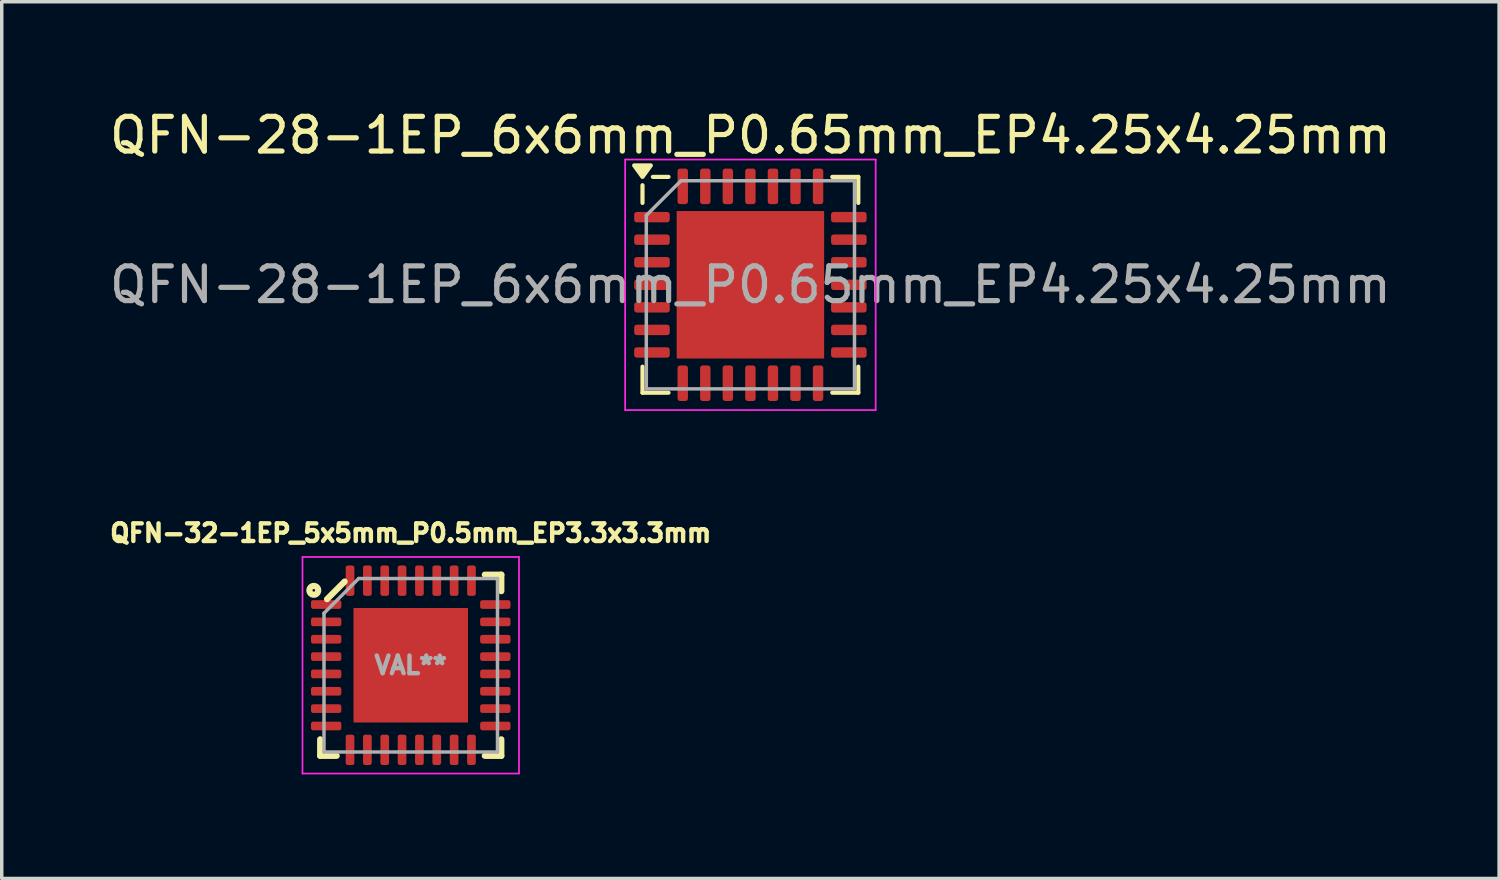
<source format=kicad_pcb>
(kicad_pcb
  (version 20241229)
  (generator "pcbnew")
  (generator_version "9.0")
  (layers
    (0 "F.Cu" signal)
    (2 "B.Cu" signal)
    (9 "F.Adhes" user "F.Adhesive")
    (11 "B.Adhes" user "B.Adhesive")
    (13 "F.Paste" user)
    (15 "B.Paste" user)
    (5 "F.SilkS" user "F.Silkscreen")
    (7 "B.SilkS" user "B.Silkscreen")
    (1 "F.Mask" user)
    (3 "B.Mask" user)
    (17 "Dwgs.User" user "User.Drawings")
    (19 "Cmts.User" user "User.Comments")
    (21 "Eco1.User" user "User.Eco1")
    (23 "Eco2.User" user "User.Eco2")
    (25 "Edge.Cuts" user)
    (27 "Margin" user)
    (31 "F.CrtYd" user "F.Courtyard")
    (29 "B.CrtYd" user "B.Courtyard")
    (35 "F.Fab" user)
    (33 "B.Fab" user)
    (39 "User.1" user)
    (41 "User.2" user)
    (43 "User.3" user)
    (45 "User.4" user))
  (footprint "QFN-28-1EP_6x6mm_P0.65mm_EP4.25x4.25mm"
    (layer "F.Cu")
    (at 18.577 5.158)
    (property "Reference" "QFN-28-1EP_6x6mm_P0.65mm_EP4.25x4.25mm" (at 0 -4.31 0) (layer "F.SilkS") (effects (font (size 1 1) (thickness 0.15))))
    (attr smd)
    (fp_line (start -3.11 -2.36) (end -3.11 -2.87) (stroke (width 0.12) (type solid)) (layer "F.SilkS"))
    (fp_line (start -3.11 3.11) (end -3.11 2.36) (stroke (width 0.12) (type solid)) (layer "F.SilkS"))
    (fp_line (start -2.36 -3.11) (end -2.81 -3.11) (stroke (width 0.12) (type solid)) (layer "F.SilkS"))
    (fp_line (start -2.36 3.11) (end -3.11 3.11) (stroke (width 0.12) (type solid)) (layer "F.SilkS"))
    (fp_line (start 2.36 -3.11) (end 3.11 -3.11) (stroke (width 0.12) (type solid)) (layer "F.SilkS"))
    (fp_line (start 2.36 3.11) (end 3.11 3.11) (stroke (width 0.12) (type solid)) (layer "F.SilkS"))
    (fp_line (start 3.11 -3.11) (end 3.11 -2.36) (stroke (width 0.12) (type solid)) (layer "F.SilkS"))
    (fp_line (start 3.11 3.11) (end 3.11 2.36) (stroke (width 0.12) (type solid)) (layer "F.SilkS"))
    (fp_poly (pts (xy -3.11 -3.11) (xy -3.35 -3.44) (xy -2.87 -3.44) (xy -3.11 -3.11)) (stroke (width 0.12) (type solid)) (fill yes) (layer "F.SilkS"))
    (fp_line (start -3.61 -3.61) (end -3.61 3.61) (stroke (width 0.05) (type solid)) (layer "F.CrtYd"))
    (fp_line (start -3.61 3.61) (end 3.61 3.61) (stroke (width 0.05) (type solid)) (layer "F.CrtYd"))
    (fp_line (start 3.61 -3.61) (end -3.61 -3.61) (stroke (width 0.05) (type solid)) (layer "F.CrtYd"))
    (fp_line (start 3.61 3.61) (end 3.61 -3.61) (stroke (width 0.05) (type solid)) (layer "F.CrtYd"))
    (fp_line (start -3 -2) (end -2 -3) (stroke (width 0.1) (type solid)) (layer "F.Fab"))
    (fp_line (start -3 3) (end -3 -2) (stroke (width 0.1) (type solid)) (layer "F.Fab"))
    (fp_line (start -2 -3) (end 3 -3) (stroke (width 0.1) (type solid)) (layer "F.Fab"))
    (fp_line (start 3 -3) (end 3 3) (stroke (width 0.1) (type solid)) (layer "F.Fab"))
    (fp_line (start 3 3) (end -3 3) (stroke (width 0.1) (type solid)) (layer "F.Fab"))
    (fp_text user "${REFERENCE}" (at 0 0 0) (layer "F.Fab") (effects (font (size 1 1) (thickness 0.15))))
    (pad "" smd roundrect (at -1.42 -1.42) (size 1.14 1.14) (layers "F.Paste") (roundrect_rratio 0.219))
    (pad "" smd roundrect (at -1.42 0) (size 1.14 1.14) (layers "F.Paste") (roundrect_rratio 0.219))
    (pad "" smd roundrect (at -1.42 1.42) (size 1.14 1.14) (layers "F.Paste") (roundrect_rratio 0.219))
    (pad "" smd roundrect (at 0 -1.42) (size 1.14 1.14) (layers "F.Paste") (roundrect_rratio 0.219))
    (pad "" smd roundrect (at 0 0) (size 1.14 1.14) (layers "F.Paste") (roundrect_rratio 0.219))
    (pad "" smd roundrect (at 0 1.42) (size 1.14 1.14) (layers "F.Paste") (roundrect_rratio 0.219))
    (pad "" smd roundrect (at 1.42 -1.42) (size 1.14 1.14) (layers "F.Paste") (roundrect_rratio 0.219))
    (pad "" smd roundrect (at 1.42 0) (size 1.14 1.14) (layers "F.Paste") (roundrect_rratio 0.219))
    (pad "" smd roundrect (at 1.42 1.42) (size 1.14 1.14) (layers "F.Paste") (roundrect_rratio 0.219))
    (pad "1" smd roundrect (at -2.837 -1.95) (size 1.025 0.3) (layers "F.Cu" "F.Mask" "F.Paste") (roundrect_rratio 0.25))
    (pad "2" smd roundrect (at -2.837 -1.3) (size 1.025 0.3) (layers "F.Cu" "F.Mask" "F.Paste") (roundrect_rratio 0.25))
    (pad "3" smd roundrect (at -2.837 -0.65) (size 1.025 0.3) (layers "F.Cu" "F.Mask" "F.Paste") (roundrect_rratio 0.25))
    (pad "4" smd roundrect (at -2.837 0) (size 1.025 0.3) (layers "F.Cu" "F.Mask" "F.Paste") (roundrect_rratio 0.25))
    (pad "5" smd roundrect (at -2.837 0.65) (size 1.025 0.3) (layers "F.Cu" "F.Mask" "F.Paste") (roundrect_rratio 0.25))
    (pad "6" smd roundrect (at -2.837 1.3) (size 1.025 0.3) (layers "F.Cu" "F.Mask" "F.Paste") (roundrect_rratio 0.25))
    (pad "7" smd roundrect (at -2.837 1.95) (size 1.025 0.3) (layers "F.Cu" "F.Mask" "F.Paste") (roundrect_rratio 0.25))
    (pad "8" smd roundrect (at -1.95 2.837) (size 0.3 1.025) (layers "F.Cu" "F.Mask" "F.Paste") (roundrect_rratio 0.25))
    (pad "9" smd roundrect (at -1.3 2.837) (size 0.3 1.025) (layers "F.Cu" "F.Mask" "F.Paste") (roundrect_rratio 0.25))
    (pad "10" smd roundrect (at -0.65 2.837) (size 0.3 1.025) (layers "F.Cu" "F.Mask" "F.Paste") (roundrect_rratio 0.25))
    (pad "11" smd roundrect (at 0 2.837) (size 0.3 1.025) (layers "F.Cu" "F.Mask" "F.Paste") (roundrect_rratio 0.25))
    (pad "12" smd roundrect (at 0.65 2.837) (size 0.3 1.025) (layers "F.Cu" "F.Mask" "F.Paste") (roundrect_rratio 0.25))
    (pad "13" smd roundrect (at 1.3 2.837) (size 0.3 1.025) (layers "F.Cu" "F.Mask" "F.Paste") (roundrect_rratio 0.25))
    (pad "14" smd roundrect (at 1.95 2.837) (size 0.3 1.025) (layers "F.Cu" "F.Mask" "F.Paste") (roundrect_rratio 0.25))
    (pad "15" smd roundrect (at 2.837 1.95) (size 1.025 0.3) (layers "F.Cu" "F.Mask" "F.Paste") (roundrect_rratio 0.25))
    (pad "16" smd roundrect (at 2.837 1.3) (size 1.025 0.3) (layers "F.Cu" "F.Mask" "F.Paste") (roundrect_rratio 0.25))
    (pad "17" smd roundrect (at 2.837 0.65) (size 1.025 0.3) (layers "F.Cu" "F.Mask" "F.Paste") (roundrect_rratio 0.25))
    (pad "18" smd roundrect (at 2.837 0) (size 1.025 0.3) (layers "F.Cu" "F.Mask" "F.Paste") (roundrect_rratio 0.25))
    (pad "19" smd roundrect (at 2.837 -0.65) (size 1.025 0.3) (layers "F.Cu" "F.Mask" "F.Paste") (roundrect_rratio 0.25))
    (pad "20" smd roundrect (at 2.837 -1.3) (size 1.025 0.3) (layers "F.Cu" "F.Mask" "F.Paste") (roundrect_rratio 0.25))
    (pad "21" smd roundrect (at 2.837 -1.95) (size 1.025 0.3) (layers "F.Cu" "F.Mask" "F.Paste") (roundrect_rratio 0.25))
    (pad "22" smd roundrect (at 1.95 -2.837) (size 0.3 1.025) (layers "F.Cu" "F.Mask" "F.Paste") (roundrect_rratio 0.25))
    (pad "23" smd roundrect (at 1.3 -2.837) (size 0.3 1.025) (layers "F.Cu" "F.Mask" "F.Paste") (roundrect_rratio 0.25))
    (pad "24" smd roundrect (at 0.65 -2.837) (size 0.3 1.025) (layers "F.Cu" "F.Mask" "F.Paste") (roundrect_rratio 0.25))
    (pad "25" smd roundrect (at 0 -2.837) (size 0.3 1.025) (layers "F.Cu" "F.Mask" "F.Paste") (roundrect_rratio 0.25))
    (pad "26" smd roundrect (at -0.65 -2.837) (size 0.3 1.025) (layers "F.Cu" "F.Mask" "F.Paste") (roundrect_rratio 0.25))
    (pad "27" smd roundrect (at -1.3 -2.837) (size 0.3 1.025) (layers "F.Cu" "F.Mask" "F.Paste") (roundrect_rratio 0.25))
    (pad "28" smd roundrect (at -1.95 -2.837) (size 0.3 1.025) (layers "F.Cu" "F.Mask" "F.Paste") (roundrect_rratio 0.25))
    (pad "29" smd rect (at 0 0) (size 4.25 4.25) (property pad_prop_heatsink) (layers "F.Cu" "F.Mask")))
  (footprint "QFN-32-1EP_5x5mm_P0.5mm_EP3.3x3.3mm"
    (layer "F.Cu")
    (at 8.788 16.123)
    (property "Reference" "QFN-32-1EP_5x5mm_P0.5mm_EP3.3x3.3mm" (at 0 -3.81 0) (layer "F.SilkS") (effects (font (size 0.508 0.508) (thickness 0.127))))
    (property "Value" "${VALUE}" (at 0 3.81 0) (layer "F.Fab") (hide yes) (effects (font (size 0.508 0.508) (thickness 0.127))))
    (attr smd)
    (fp_line (start -2.61 2.61) (end -2.61 2.135) (stroke (width 0.178) (type solid)) (layer "F.SilkS"))
    (fp_line (start -2.135 2.61) (end -2.61 2.61) (stroke (width 0.178) (type solid)) (layer "F.SilkS"))
    (fp_line (start -1.905 -2.413) (end -2.413 -1.905) (stroke (width 0.178) (type solid)) (layer "F.SilkS"))
    (fp_line (start 2.135 -2.61) (end 2.61 -2.61) (stroke (width 0.178) (type solid)) (layer "F.SilkS"))
    (fp_line (start 2.135 2.61) (end 2.61 2.61) (stroke (width 0.178) (type solid)) (layer "F.SilkS"))
    (fp_line (start 2.61 -2.61) (end 2.61 -2.135) (stroke (width 0.178) (type solid)) (layer "F.SilkS"))
    (fp_line (start 2.61 2.61) (end 2.61 2.135) (stroke (width 0.178) (type solid)) (layer "F.SilkS"))
    (fp_circle (center -2.794 -2.159) (end -2.667 -2.159) (stroke (width 0.178) (type solid)) (fill no) (layer "F.SilkS"))
    (fp_line (start -3.12 -3.12) (end -3.12 3.12) (stroke (width 0.05) (type solid)) (layer "F.CrtYd"))
    (fp_line (start -3.12 3.12) (end 3.12 3.12) (stroke (width 0.05) (type solid)) (layer "F.CrtYd"))
    (fp_line (start 3.12 -3.12) (end -3.12 -3.12) (stroke (width 0.05) (type solid)) (layer "F.CrtYd"))
    (fp_line (start 3.12 3.12) (end 3.12 -3.12) (stroke (width 0.05) (type solid)) (layer "F.CrtYd"))
    (fp_line (start -2.5 -1.5) (end -1.5 -2.5) (stroke (width 0.1) (type solid)) (layer "F.Fab"))
    (fp_line (start -2.5 2.5) (end -2.5 -1.5) (stroke (width 0.1) (type solid)) (layer "F.Fab"))
    (fp_line (start -1.5 -2.5) (end 2.5 -2.5) (stroke (width 0.1) (type solid)) (layer "F.Fab"))
    (fp_line (start 2.5 -2.5) (end 2.5 2.5) (stroke (width 0.1) (type solid)) (layer "F.Fab"))
    (fp_line (start 2.5 2.5) (end -2.5 2.5) (stroke (width 0.1) (type solid)) (layer "F.Fab"))
    (fp_text user "VAL**" (at 0 0 0) (layer "F.Fab") (effects (font (size 0.508 0.508) (thickness 0.127))))
    (pad "" smd roundrect (at -1.1 -1.1) (size 0.89 0.89) (layers "F.Paste") (roundrect_rratio 0.25))
    (pad "" smd roundrect (at -1.1 0) (size 0.89 0.89) (layers "F.Paste") (roundrect_rratio 0.25))
    (pad "" smd roundrect (at -1.1 1.1) (size 0.89 0.89) (layers "F.Paste") (roundrect_rratio 0.25))
    (pad "" smd roundrect (at 0 -1.1) (size 0.89 0.89) (layers "F.Paste") (roundrect_rratio 0.25))
    (pad "" smd roundrect (at 0 1.1) (size 0.89 0.89) (layers "F.Paste") (roundrect_rratio 0.25))
    (pad "" smd roundrect (at 1.1 -1.1) (size 0.89 0.89) (layers "F.Paste") (roundrect_rratio 0.25))
    (pad "" smd roundrect (at 1.1 0) (size 0.89 0.89) (layers "F.Paste") (roundrect_rratio 0.25))
    (pad "" smd roundrect (at 1.1 1.1) (size 0.89 0.89) (layers "F.Paste") (roundrect_rratio 0.25))
    (pad "1" smd roundrect (at -2.438 -1.75) (size 0.875 0.25) (layers "F.Cu" "F.Mask" "F.Paste") (roundrect_rratio 0.25))
    (pad "2" smd roundrect (at -2.438 -1.25) (size 0.875 0.25) (layers "F.Cu" "F.Mask" "F.Paste") (roundrect_rratio 0.25))
    (pad "3" smd roundrect (at -2.438 -0.75) (size 0.875 0.25) (layers "F.Cu" "F.Mask" "F.Paste") (roundrect_rratio 0.25))
    (pad "4" smd roundrect (at -2.438 -0.25) (size 0.875 0.25) (layers "F.Cu" "F.Mask" "F.Paste") (roundrect_rratio 0.25))
    (pad "5" smd roundrect (at -2.438 0.25) (size 0.875 0.25) (layers "F.Cu" "F.Mask" "F.Paste") (roundrect_rratio 0.25))
    (pad "6" smd roundrect (at -2.438 0.75) (size 0.875 0.25) (layers "F.Cu" "F.Mask" "F.Paste") (roundrect_rratio 0.25))
    (pad "7" smd roundrect (at -2.438 1.25) (size 0.875 0.25) (layers "F.Cu" "F.Mask" "F.Paste") (roundrect_rratio 0.25))
    (pad "8" smd roundrect (at -2.438 1.75) (size 0.875 0.25) (layers "F.Cu" "F.Mask" "F.Paste") (roundrect_rratio 0.25))
    (pad "9" smd roundrect (at -1.75 2.438) (size 0.25 0.875) (layers "F.Cu" "F.Mask" "F.Paste") (roundrect_rratio 0.25))
    (pad "10" smd roundrect (at -1.25 2.438) (size 0.25 0.875) (layers "F.Cu" "F.Mask" "F.Paste") (roundrect_rratio 0.25))
    (pad "11" smd roundrect (at -0.75 2.438) (size 0.25 0.875) (layers "F.Cu" "F.Mask" "F.Paste") (roundrect_rratio 0.25))
    (pad "12" smd roundrect (at -0.25 2.438) (size 0.25 0.875) (layers "F.Cu" "F.Mask" "F.Paste") (roundrect_rratio 0.25))
    (pad "13" smd roundrect (at 0.25 2.438) (size 0.25 0.875) (layers "F.Cu" "F.Mask" "F.Paste") (roundrect_rratio 0.25))
    (pad "14" smd roundrect (at 0.75 2.438) (size 0.25 0.875) (layers "F.Cu" "F.Mask" "F.Paste") (roundrect_rratio 0.25))
    (pad "15" smd roundrect (at 1.25 2.438) (size 0.25 0.875) (layers "F.Cu" "F.Mask" "F.Paste") (roundrect_rratio 0.25))
    (pad "16" smd roundrect (at 1.75 2.438) (size 0.25 0.875) (layers "F.Cu" "F.Mask" "F.Paste") (roundrect_rratio 0.25))
    (pad "17" smd roundrect (at 2.438 1.75) (size 0.875 0.25) (layers "F.Cu" "F.Mask" "F.Paste") (roundrect_rratio 0.25))
    (pad "18" smd roundrect (at 2.438 1.25) (size 0.875 0.25) (layers "F.Cu" "F.Mask" "F.Paste") (roundrect_rratio 0.25))
    (pad "19" smd roundrect (at 2.438 0.75) (size 0.875 0.25) (layers "F.Cu" "F.Mask" "F.Paste") (roundrect_rratio 0.25))
    (pad "20" smd roundrect (at 2.438 0.25) (size 0.875 0.25) (layers "F.Cu" "F.Mask" "F.Paste") (roundrect_rratio 0.25))
    (pad "21" smd roundrect (at 2.438 -0.25) (size 0.875 0.25) (layers "F.Cu" "F.Mask" "F.Paste") (roundrect_rratio 0.25))
    (pad "22" smd roundrect (at 2.438 -0.75) (size 0.875 0.25) (layers "F.Cu" "F.Mask" "F.Paste") (roundrect_rratio 0.25))
    (pad "23" smd roundrect (at 2.438 -1.25) (size 0.875 0.25) (layers "F.Cu" "F.Mask" "F.Paste") (roundrect_rratio 0.25))
    (pad "24" smd roundrect (at 2.438 -1.75) (size 0.875 0.25) (layers "F.Cu" "F.Mask" "F.Paste") (roundrect_rratio 0.25))
    (pad "25" smd roundrect (at 1.75 -2.438) (size 0.25 0.875) (layers "F.Cu" "F.Mask" "F.Paste") (roundrect_rratio 0.25))
    (pad "26" smd roundrect (at 1.25 -2.438) (size 0.25 0.875) (layers "F.Cu" "F.Mask" "F.Paste") (roundrect_rratio 0.25))
    (pad "27" smd roundrect (at 0.75 -2.438) (size 0.25 0.875) (layers "F.Cu" "F.Mask" "F.Paste") (roundrect_rratio 0.25))
    (pad "28" smd roundrect (at 0.25 -2.438) (size 0.25 0.875) (layers "F.Cu" "F.Mask" "F.Paste") (roundrect_rratio 0.25))
    (pad "29" smd roundrect (at -0.25 -2.438) (size 0.25 0.875) (layers "F.Cu" "F.Mask" "F.Paste") (roundrect_rratio 0.25))
    (pad "30" smd roundrect (at -0.75 -2.438) (size 0.25 0.875) (layers "F.Cu" "F.Mask" "F.Paste") (roundrect_rratio 0.25))
    (pad "31" smd roundrect (at -1.25 -2.438) (size 0.25 0.875) (layers "F.Cu" "F.Mask" "F.Paste") (roundrect_rratio 0.25))
    (pad "32" smd roundrect (at -1.75 -2.438) (size 0.25 0.875) (layers "F.Cu" "F.Mask" "F.Paste") (roundrect_rratio 0.25))
    (pad "33" smd rect (at 0 0) (size 3.3 3.3) (layers "F.Cu" "F.Mask")))
  (gr_rect
    (start -3 -3)
    (end 40.155 22.268)
    (stroke (width 0.1) (type default))
    (fill no)
    (layer "Edge.Cuts")))
</source>
